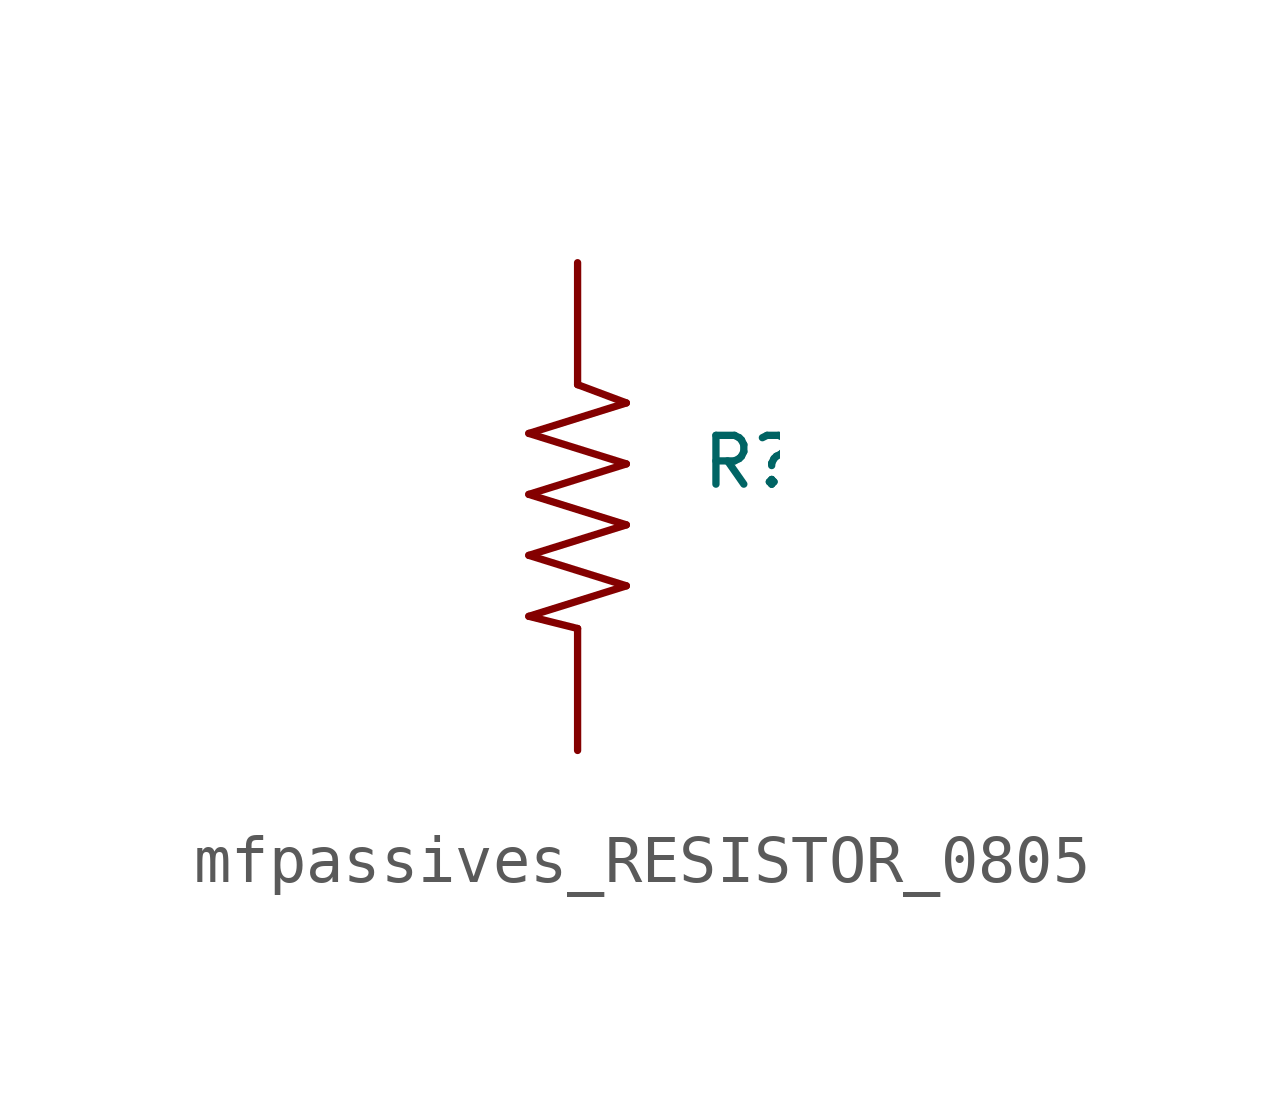
<source format=kicad_sym>
(kicad_symbol_lib
  (version 20241209)
  (generator "kicad_symbol_editor")
  (generator_version "9.0")
  (symbol "mfpassives_RESISTOR_0805"
    (property "Reference" "R"
      (at 2.54 1.524 0)
      (effects (font (size 1.016 1.016)) (justify left top)))
    (property "Value" ""
      (at 2.54 -1.524 0)
      (effects (font (size 1.016 1.016)) (justify left bottom)))
    (property "ki_locked" ""
      (at 0 0 0)
      (effects (font (size 1.27 1.27))))
    (symbol "mfpassives_RESISTOR_0805_1_0"
      (polyline (pts (xy -1.016 1.524) (xy 1.016 0.889)) (stroke (width 0.152) (type solid)) (fill (type none)))
      (polyline (pts (xy -1.016 0.254) (xy 1.016 -0.381)) (stroke (width 0.152) (type solid)) (fill (type none)))
      (polyline (pts (xy -1.016 -1.016) (xy 1.016 -1.651)) (stroke (width 0.152) (type solid)) (fill (type none)))
      (polyline (pts (xy -1.016 -2.286) (xy 0 -2.54)) (stroke (width 0.152) (type solid)) (fill (type none)))
      (polyline (pts (xy 0 2.54) (xy 1.016 2.159)) (stroke (width 0.152) (type solid)) (fill (type none)))
      (polyline (pts (xy 1.016 2.159) (xy -1.016 1.524)) (stroke (width 0.152) (type solid)) (fill (type none)))
      (polyline (pts (xy 1.016 0.889) (xy -1.016 0.254)) (stroke (width 0.152) (type solid)) (fill (type none)))
      (polyline (pts (xy 1.016 -0.381) (xy -1.016 -1.016)) (stroke (width 0.152) (type solid)) (fill (type none)))
      (polyline (pts (xy 1.016 -1.651) (xy -1.016 -2.286)) (stroke (width 0.152) (type solid)) (fill (type none)))
      (pin passive line (at 0 5.08 270) (length 2.54) (name "P$1" (effects (font (size 0 0)))) (number "P$1" (effects (font (size 0 0)))))
      (pin passive line (at 0 -5.08 90) (length 2.54) (name "P$2" (effects (font (size 0 0)))) (number "P$2" (effects (font (size 0 0))))))))
</source>
